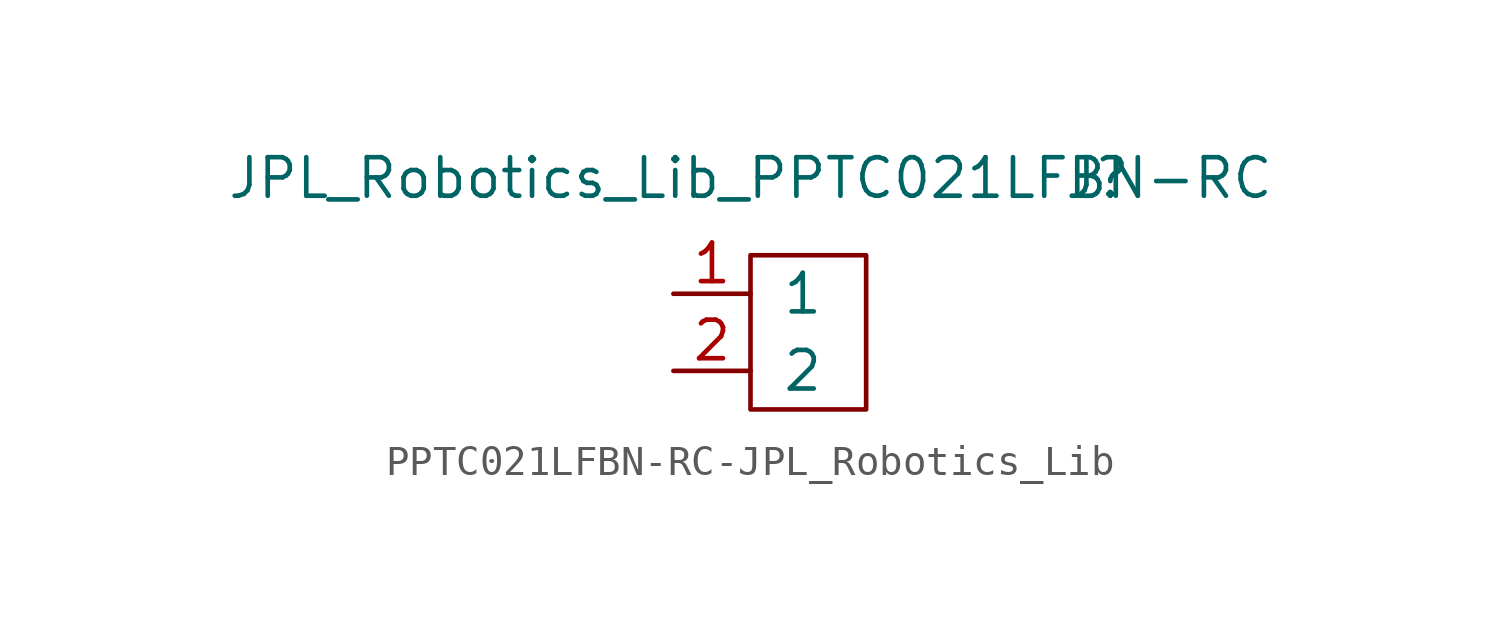
<source format=kicad_sym>
(kicad_symbol_lib
  (version 20231120)
  (generator "kicad_symbol_editor")
  (generator_version "8.0")
  (symbol "PPTC021LFBN-RC-JPL_Robotics_Lib"
    (pin_names
      (offset 1.016))
    (property "Reference" "J"
      (at 7.62 0 0)
      (effects (font (size 1.27 1.27))))
    (property "Value" "JPL_Robotics_Lib_PPTC021LFBN-RC"
      (at -3.81 0 0)
      (effects (font (size 1.27 1.27))))
    (symbol "PPTC021LFBN-RC-JPL_Robotics_Lib_0_1"
      (rectangle (start -3.81 -2.54) (end 0 -7.62) (stroke (width 0) (type solid)) (fill (type none))))
    (symbol "PPTC021LFBN-RC-JPL_Robotics_Lib_1_1"
      (pin passive line (at -6.35 -3.81 0) (length 2.54) (name "1" (effects (font (size 1.27 1.27)))) (number "1" (effects (font (size 1.27 1.27)))))
      (pin passive line (at -6.35 -6.35 0) (length 2.54) (name "2" (effects (font (size 1.27 1.27)))) (number "2" (effects (font (size 1.27 1.27))))))))
</source>
